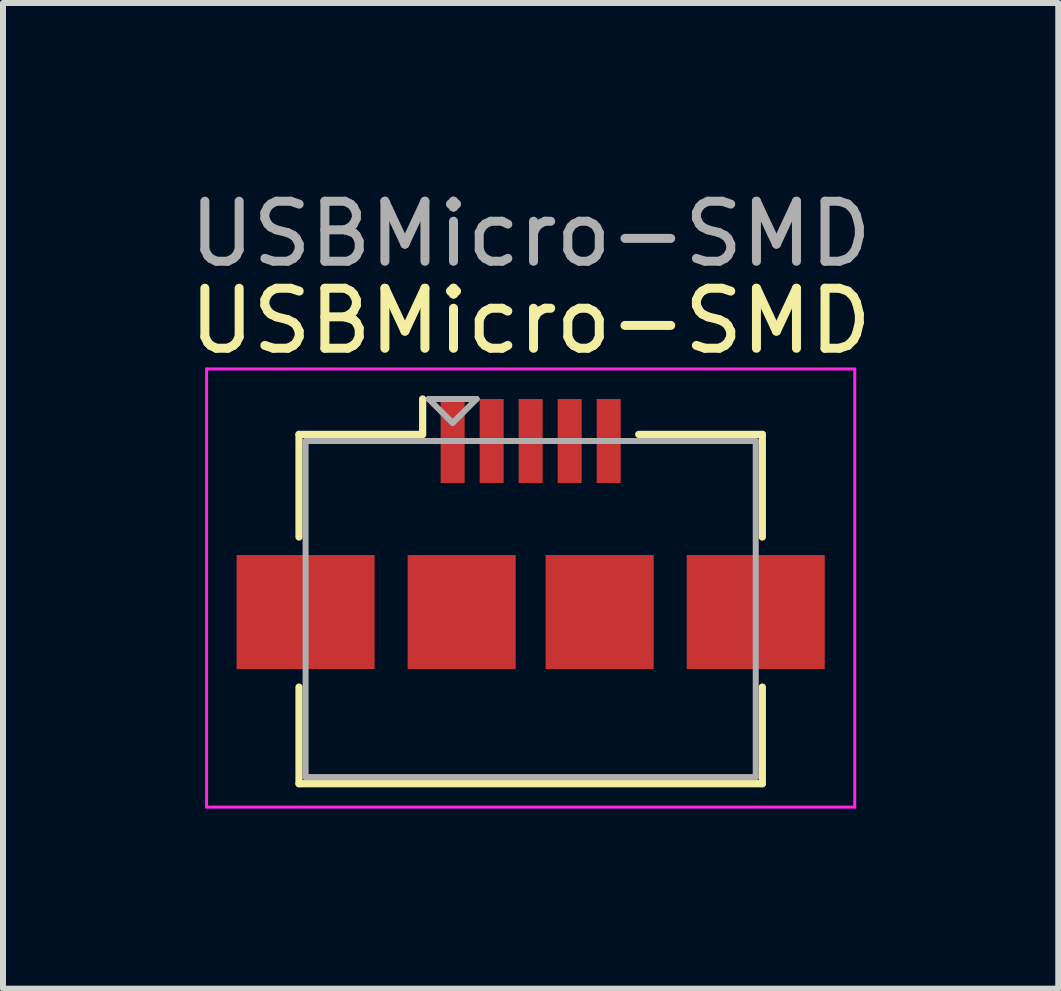
<source format=kicad_pcb>
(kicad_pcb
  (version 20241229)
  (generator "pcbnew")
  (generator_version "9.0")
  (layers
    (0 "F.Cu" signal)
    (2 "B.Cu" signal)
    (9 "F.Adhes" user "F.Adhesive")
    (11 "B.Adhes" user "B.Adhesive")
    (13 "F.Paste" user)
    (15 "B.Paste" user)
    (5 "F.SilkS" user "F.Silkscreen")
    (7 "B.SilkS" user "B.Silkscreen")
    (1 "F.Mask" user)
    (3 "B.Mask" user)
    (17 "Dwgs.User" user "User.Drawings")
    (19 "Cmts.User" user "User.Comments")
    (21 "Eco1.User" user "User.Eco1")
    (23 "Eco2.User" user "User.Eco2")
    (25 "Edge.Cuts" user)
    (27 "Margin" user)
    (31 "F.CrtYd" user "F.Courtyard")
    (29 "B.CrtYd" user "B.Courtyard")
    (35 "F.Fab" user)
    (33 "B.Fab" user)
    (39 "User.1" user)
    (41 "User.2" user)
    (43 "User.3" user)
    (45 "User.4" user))
  (footprint "USBMicro-SMD"
    (layer "F.Cu")
    (at 5.792 5.848)
    (property "Reference" "USBMicro-SMD" (at 0 -3.55 0) (layer "F.SilkS") (effects (font (size 1 1) (thickness 0.15))))
    (attr smd)
    (fp_line (start -3.86 -1.66) (end -1.8 -1.66) (stroke (width 0.12) (type solid)) (layer "F.SilkS"))
    (fp_line (start -3.86 0.05) (end -3.86 -1.66) (stroke (width 0.12) (type solid)) (layer "F.SilkS"))
    (fp_line (start -3.86 4.16) (end -3.86 2.55) (stroke (width 0.12) (type solid)) (layer "F.SilkS"))
    (fp_line (start -3.86 4.16) (end 3.86 4.16) (stroke (width 0.12) (type solid)) (layer "F.SilkS"))
    (fp_line (start -1.8 -1.66) (end -1.8 -2.25) (stroke (width 0.12) (type solid)) (layer "F.SilkS"))
    (fp_line (start 3.86 -1.66) (end 1.8 -1.66) (stroke (width 0.12) (type solid)) (layer "F.SilkS"))
    (fp_line (start 3.86 0.05) (end 3.86 -1.66) (stroke (width 0.12) (type solid)) (layer "F.SilkS"))
    (fp_line (start 3.86 4.16) (end 3.86 2.55) (stroke (width 0.12) (type solid)) (layer "F.SilkS"))
    (fp_line (start -5.4 -2.75) (end -5.4 4.55) (stroke (width 0.05) (type solid)) (layer "F.CrtYd"))
    (fp_line (start -5.4 4.55) (end 5.4 4.55) (stroke (width 0.05) (type solid)) (layer "F.CrtYd"))
    (fp_line (start 5.4 -2.75) (end -5.4 -2.75) (stroke (width 0.05) (type solid)) (layer "F.CrtYd"))
    (fp_line (start 5.4 4.55) (end 5.4 -2.75) (stroke (width 0.05) (type solid)) (layer "F.CrtYd"))
    (fp_line (start -3.75 -1.55) (end 3.75 -1.55) (stroke (width 0.1) (type solid)) (layer "F.Fab"))
    (fp_line (start -3.75 4.05) (end -3.75 -1.55) (stroke (width 0.1) (type solid)) (layer "F.Fab"))
    (fp_line (start -1.7 -2.25) (end -1.3 -1.85) (stroke (width 0.1) (type solid)) (layer "F.Fab"))
    (fp_line (start -1.3 -1.85) (end -0.9 -2.25) (stroke (width 0.1) (type solid)) (layer "F.Fab"))
    (fp_line (start -0.9 -2.25) (end -1.7 -2.25) (stroke (width 0.1) (type solid)) (layer "F.Fab"))
    (fp_line (start 3.75 -1.55) (end 3.75 4.05) (stroke (width 0.1) (type solid)) (layer "F.Fab"))
    (fp_line (start 3.75 4.05) (end -3.75 4.05) (stroke (width 0.1) (type solid)) (layer "F.Fab"))
    (fp_text user "${REFERENCE}" (at 0 -5 0) (layer "F.Fab") (effects (font (size 1 1) (thickness 0.15))))
    (pad "1" smd rect (at -1.3 -1.55) (size 0.4 1.4) (layers "F.Cu" "F.Mask" "F.Paste"))
    (pad "2" smd rect (at -0.65 -1.55) (size 0.4 1.4) (layers "F.Cu" "F.Mask" "F.Paste"))
    (pad "3" smd rect (at 0 -1.55) (size 0.4 1.4) (layers "F.Cu" "F.Mask" "F.Paste"))
    (pad "4" smd rect (at 0.65 -1.55) (size 0.4 1.4) (layers "F.Cu" "F.Mask" "F.Paste"))
    (pad "5" smd rect (at 1.3 -1.55) (size 0.4 1.4) (layers "F.Cu" "F.Mask" "F.Paste"))
    (pad "6" smd rect (at -3.75 1.3) (size 2.3 1.9) (layers "F.Cu" "F.Mask" "F.Paste"))
    (pad "6" smd rect (at -1.15 1.3) (size 1.8 1.9) (layers "F.Cu" "F.Mask" "F.Paste"))
    (pad "6" smd rect (at 1.15 1.3) (size 1.8 1.9) (layers "F.Cu" "F.Mask" "F.Paste"))
    (pad "6" smd rect (at 3.75 1.3) (size 2.3 1.9) (layers "F.Cu" "F.Mask" "F.Paste")))
  (gr_rect
    (start -3 -3)
    (end 14.583 13.423)
    (stroke (width 0.1) (type default))
    (fill no)
    (layer "Edge.Cuts")))
</source>
